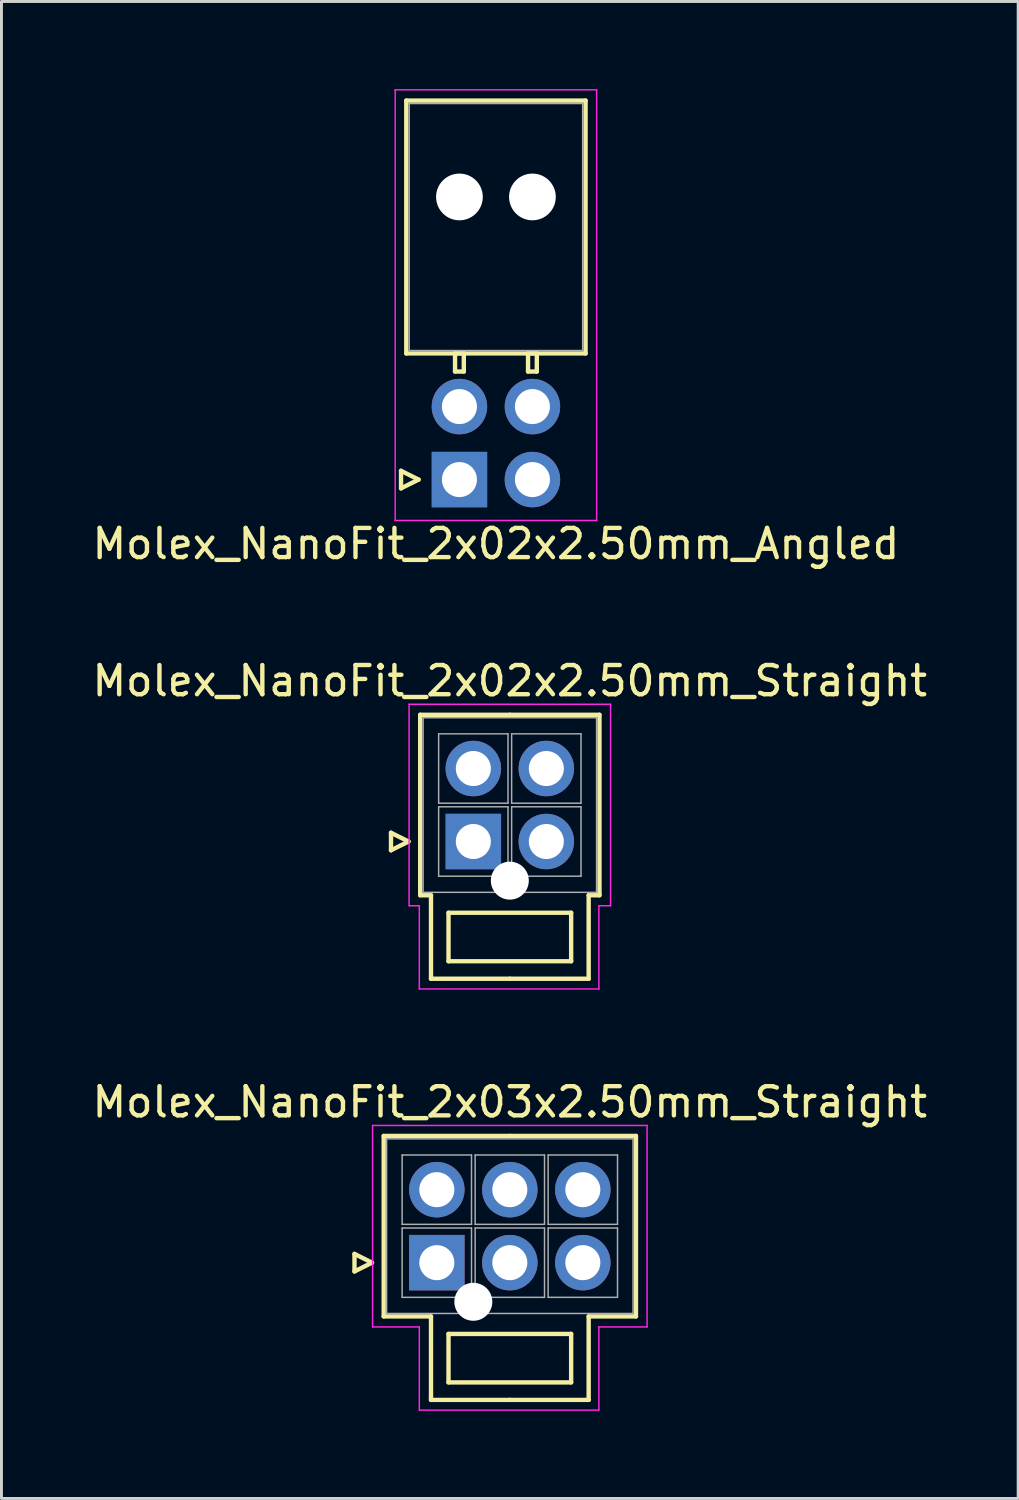
<source format=kicad_pcb>
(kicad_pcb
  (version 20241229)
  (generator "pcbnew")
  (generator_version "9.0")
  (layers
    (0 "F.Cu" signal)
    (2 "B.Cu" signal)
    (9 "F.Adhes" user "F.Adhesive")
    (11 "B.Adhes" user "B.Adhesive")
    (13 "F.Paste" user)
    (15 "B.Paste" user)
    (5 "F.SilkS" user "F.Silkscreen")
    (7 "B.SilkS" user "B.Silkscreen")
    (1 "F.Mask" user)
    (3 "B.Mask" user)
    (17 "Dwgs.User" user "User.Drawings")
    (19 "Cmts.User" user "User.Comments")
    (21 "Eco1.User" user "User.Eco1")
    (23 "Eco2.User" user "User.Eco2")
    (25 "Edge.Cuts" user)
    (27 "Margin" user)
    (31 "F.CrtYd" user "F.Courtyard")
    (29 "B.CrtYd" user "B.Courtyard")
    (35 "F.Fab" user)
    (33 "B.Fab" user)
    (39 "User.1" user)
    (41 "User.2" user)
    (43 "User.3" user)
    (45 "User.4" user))
  (footprint "Molex_NanoFit_2x02x2.50mm_Straight"
    (layer "F.Cu")
    (at 13.161 25.771)
    (property "Reference" "Molex_NanoFit_2x02x2.50mm_Straight" (at 1.25 -5.5 0) (layer "F.SilkS") (effects (font (size 1 1) (thickness 0.15))))
    (attr through_hole)
    (fp_line (start -2.82 -0.3) (end -2.22 0) (stroke (width 0.15) (type solid)) (layer "F.SilkS"))
    (fp_line (start -2.82 0.3) (end -2.82 -0.3) (stroke (width 0.15) (type solid)) (layer "F.SilkS"))
    (fp_line (start -2.22 0) (end -2.82 0.3) (stroke (width 0.15) (type solid)) (layer "F.SilkS"))
    (fp_line (start -1.82 -4.34) (end -1.82 1.84) (stroke (width 0.15) (type solid)) (layer "F.SilkS"))
    (fp_line (start -1.82 1.84) (end -1.45 1.84) (stroke (width 0.15) (type solid)) (layer "F.SilkS"))
    (fp_line (start -1.45 1.84) (end -1.45 4.7) (stroke (width 0.15) (type solid)) (layer "F.SilkS"))
    (fp_line (start -1.45 4.7) (end 1.25 4.7) (stroke (width 0.15) (type solid)) (layer "F.SilkS"))
    (fp_line (start -0.85 2.44) (end -0.85 4.1) (stroke (width 0.15) (type solid)) (layer "F.SilkS"))
    (fp_line (start -0.85 4.1) (end 3.35 4.1) (stroke (width 0.15) (type solid)) (layer "F.SilkS"))
    (fp_line (start 1.25 -4.34) (end -1.82 -4.34) (stroke (width 0.15) (type solid)) (layer "F.SilkS"))
    (fp_line (start 1.25 -4.34) (end 4.32 -4.34) (stroke (width 0.15) (type solid)) (layer "F.SilkS"))
    (fp_line (start 3.35 2.44) (end -0.85 2.44) (stroke (width 0.15) (type solid)) (layer "F.SilkS"))
    (fp_line (start 3.35 4.1) (end 3.35 2.44) (stroke (width 0.15) (type solid)) (layer "F.SilkS"))
    (fp_line (start 3.95 1.84) (end 3.95 4.7) (stroke (width 0.15) (type solid)) (layer "F.SilkS"))
    (fp_line (start 3.95 4.7) (end 1.25 4.7) (stroke (width 0.15) (type solid)) (layer "F.SilkS"))
    (fp_line (start 4.32 -4.34) (end 4.32 1.84) (stroke (width 0.15) (type solid)) (layer "F.SilkS"))
    (fp_line (start 4.32 1.84) (end 3.95 1.84) (stroke (width 0.15) (type solid)) (layer "F.SilkS"))
    (fp_line (start -2.2 -4.7) (end -2.2 2.2) (stroke (width 0.05) (type solid)) (layer "F.CrtYd"))
    (fp_line (start -2.2 2.2) (end -1.85 2.2) (stroke (width 0.05) (type solid)) (layer "F.CrtYd"))
    (fp_line (start -1.85 2.2) (end -1.85 5.05) (stroke (width 0.05) (type solid)) (layer "F.CrtYd"))
    (fp_line (start -1.85 5.05) (end 4.3 5.05) (stroke (width 0.05) (type solid)) (layer "F.CrtYd"))
    (fp_line (start 4.3 2.2) (end 4.7 2.2) (stroke (width 0.05) (type solid)) (layer "F.CrtYd"))
    (fp_line (start 4.3 5.05) (end 4.3 2.2) (stroke (width 0.05) (type solid)) (layer "F.CrtYd"))
    (fp_line (start 4.7 -4.7) (end -2.2 -4.7) (stroke (width 0.05) (type solid)) (layer "F.CrtYd"))
    (fp_line (start 4.7 2.2) (end 4.7 -4.7) (stroke (width 0.05) (type solid)) (layer "F.CrtYd"))
    (fp_line (start -1.72 -4.24) (end -1.72 1.74) (stroke (width 0.05) (type solid)) (layer "F.Fab"))
    (fp_line (start -1.72 1.74) (end 4.22 1.74) (stroke (width 0.05) (type solid)) (layer "F.Fab"))
    (fp_line (start -1.188 -3.688) (end -1.188 -1.312) (stroke (width 0.05) (type solid)) (layer "F.Fab"))
    (fp_line (start -1.188 -1.312) (end 1.188 -1.312) (stroke (width 0.05) (type solid)) (layer "F.Fab"))
    (fp_line (start -1.188 -1.188) (end -1.188 1.188) (stroke (width 0.05) (type solid)) (layer "F.Fab"))
    (fp_line (start -1.188 1.188) (end 1.188 1.188) (stroke (width 0.05) (type solid)) (layer "F.Fab"))
    (fp_line (start 1.188 -3.688) (end -1.188 -3.688) (stroke (width 0.05) (type solid)) (layer "F.Fab"))
    (fp_line (start 1.188 -1.312) (end 1.188 -3.688) (stroke (width 0.05) (type solid)) (layer "F.Fab"))
    (fp_line (start 1.188 -1.188) (end -1.188 -1.188) (stroke (width 0.05) (type solid)) (layer "F.Fab"))
    (fp_line (start 1.188 1.188) (end 1.188 -1.188) (stroke (width 0.05) (type solid)) (layer "F.Fab"))
    (fp_line (start 1.312 -3.688) (end 1.312 -1.312) (stroke (width 0.05) (type solid)) (layer "F.Fab"))
    (fp_line (start 1.312 -1.312) (end 3.688 -1.312) (stroke (width 0.05) (type solid)) (layer "F.Fab"))
    (fp_line (start 1.312 -1.188) (end 1.312 1.188) (stroke (width 0.05) (type solid)) (layer "F.Fab"))
    (fp_line (start 1.312 1.188) (end 3.688 1.188) (stroke (width 0.05) (type solid)) (layer "F.Fab"))
    (fp_line (start 3.688 -3.688) (end 1.312 -3.688) (stroke (width 0.05) (type solid)) (layer "F.Fab"))
    (fp_line (start 3.688 -1.312) (end 3.688 -3.688) (stroke (width 0.05) (type solid)) (layer "F.Fab"))
    (fp_line (start 3.688 -1.188) (end 1.312 -1.188) (stroke (width 0.05) (type solid)) (layer "F.Fab"))
    (fp_line (start 3.688 1.188) (end 3.688 -1.188) (stroke (width 0.05) (type solid)) (layer "F.Fab"))
    (fp_line (start 4.22 -4.24) (end -1.72 -4.24) (stroke (width 0.05) (type solid)) (layer "F.Fab"))
    (fp_line (start 4.22 1.74) (end 4.22 -4.24) (stroke (width 0.05) (type solid)) (layer "F.Fab"))
    (pad "" np_thru_hole circle (at 1.25 1.34) (size 1.3 1.3) (drill 1.3) (layers "*.Cu"))
    (pad "1" thru_hole rect (at 0 0) (size 1.9 1.9) (drill 1.2) (layers "*.Cu" "*.Mask"))
    (pad "2" thru_hole circle (at 2.5 0) (size 1.9 1.9) (drill 1.2) (layers "*.Cu" "*.Mask"))
    (pad "3" thru_hole circle (at 0 -2.5) (size 1.9 1.9) (drill 1.2) (layers "*.Cu" "*.Mask"))
    (pad "4" thru_hole circle (at 2.5 -2.5) (size 1.9 1.9) (drill 1.2) (layers "*.Cu" "*.Mask")))
  (footprint "Molex_NanoFit_2x02x2.50mm_Angled"
    (layer "F.Cu")
    (at 12.685 13.375)
    (property "Reference" "Molex_NanoFit_2x02x2.50mm_Angled" (at 1.25 2.2 0) (layer "F.SilkS") (effects (font (size 1 1) (thickness 0.15))))
    (attr through_hole)
    (fp_line (start -2 -0.3) (end -1.4 0) (stroke (width 0.15) (type solid)) (layer "F.SilkS"))
    (fp_line (start -2 0.3) (end -2 -0.3) (stroke (width 0.15) (type solid)) (layer "F.SilkS"))
    (fp_line (start -1.82 -12.98) (end -1.82 -4.32) (stroke (width 0.15) (type solid)) (layer "F.SilkS"))
    (fp_line (start -1.82 -4.32) (end 4.32 -4.32) (stroke (width 0.15) (type solid)) (layer "F.SilkS"))
    (fp_line (start -1.4 0) (end -2 0.3) (stroke (width 0.15) (type solid)) (layer "F.SilkS"))
    (fp_line (start -0.15 -4.32) (end -0.15 -3.7) (stroke (width 0.15) (type solid)) (layer "F.SilkS"))
    (fp_line (start -0.15 -3.7) (end 0.15 -3.7) (stroke (width 0.15) (type solid)) (layer "F.SilkS"))
    (fp_line (start 0.15 -4.32) (end -0.15 -4.32) (stroke (width 0.15) (type solid)) (layer "F.SilkS"))
    (fp_line (start 0.15 -3.7) (end 0.15 -4.32) (stroke (width 0.15) (type solid)) (layer "F.SilkS"))
    (fp_line (start 2.35 -4.32) (end 2.35 -3.7) (stroke (width 0.15) (type solid)) (layer "F.SilkS"))
    (fp_line (start 2.35 -3.7) (end 2.65 -3.7) (stroke (width 0.15) (type solid)) (layer "F.SilkS"))
    (fp_line (start 2.65 -4.32) (end 2.35 -4.32) (stroke (width 0.15) (type solid)) (layer "F.SilkS"))
    (fp_line (start 2.65 -3.7) (end 2.65 -4.32) (stroke (width 0.15) (type solid)) (layer "F.SilkS"))
    (fp_line (start 4.32 -12.98) (end -1.82 -12.98) (stroke (width 0.15) (type solid)) (layer "F.SilkS"))
    (fp_line (start 4.32 -4.32) (end 4.32 -12.98) (stroke (width 0.15) (type solid)) (layer "F.SilkS"))
    (fp_line (start -2.2 -13.35) (end -2.2 1.4) (stroke (width 0.05) (type solid)) (layer "F.CrtYd"))
    (fp_line (start -2.2 1.4) (end 4.7 1.4) (stroke (width 0.05) (type solid)) (layer "F.CrtYd"))
    (fp_line (start 4.7 -13.35) (end -2.2 -13.35) (stroke (width 0.05) (type solid)) (layer "F.CrtYd"))
    (fp_line (start 4.7 1.4) (end 4.7 -13.35) (stroke (width 0.05) (type solid)) (layer "F.CrtYd"))
    (fp_line (start -1.72 -12.88) (end -1.72 -4.42) (stroke (width 0.05) (type solid)) (layer "F.Fab"))
    (fp_line (start -1.72 -4.42) (end 4.22 -4.42) (stroke (width 0.05) (type solid)) (layer "F.Fab"))
    (fp_line (start 4.22 -12.88) (end -1.72 -12.88) (stroke (width 0.05) (type solid)) (layer "F.Fab"))
    (fp_line (start 4.22 -4.42) (end 4.22 -12.88) (stroke (width 0.05) (type solid)) (layer "F.Fab"))
    (pad "" np_thru_hole circle (at 0 -9.68) (size 1.6 1.6) (drill 1.6) (layers "*.Cu"))
    (pad "" np_thru_hole circle (at 2.5 -9.68) (size 1.6 1.6) (drill 1.6) (layers "*.Cu"))
    (pad "1" thru_hole rect (at 0 0) (size 1.9 1.9) (drill 1.2) (layers "*.Cu" "*.Mask"))
    (pad "2" thru_hole circle (at 2.5 0) (size 1.9 1.9) (drill 1.2) (layers "*.Cu" "*.Mask"))
    (pad "3" thru_hole circle (at 0 -2.5) (size 1.9 1.9) (drill 1.2) (layers "*.Cu" "*.Mask"))
    (pad "4" thru_hole circle (at 2.5 -2.5) (size 1.9 1.9) (drill 1.2) (layers "*.Cu" "*.Mask")))
  (footprint "Molex_NanoFit_2x03x2.50mm_Straight"
    (layer "F.Cu")
    (at 11.911 40.195)
    (property "Reference" "Molex_NanoFit_2x03x2.50mm_Straight" (at 2.5 -5.5 0) (layer "F.SilkS") (effects (font (size 1 1) (thickness 0.15))))
    (attr through_hole)
    (fp_line (start -2.82 -0.3) (end -2.22 0) (stroke (width 0.15) (type solid)) (layer "F.SilkS"))
    (fp_line (start -2.82 0.3) (end -2.82 -0.3) (stroke (width 0.15) (type solid)) (layer "F.SilkS"))
    (fp_line (start -2.22 0) (end -2.82 0.3) (stroke (width 0.15) (type solid)) (layer "F.SilkS"))
    (fp_line (start -1.82 -4.34) (end -1.82 1.84) (stroke (width 0.15) (type solid)) (layer "F.SilkS"))
    (fp_line (start -1.82 1.84) (end -0.2 1.84) (stroke (width 0.15) (type solid)) (layer "F.SilkS"))
    (fp_line (start -0.2 1.84) (end -0.2 4.7) (stroke (width 0.15) (type solid)) (layer "F.SilkS"))
    (fp_line (start -0.2 4.7) (end 2.5 4.7) (stroke (width 0.15) (type solid)) (layer "F.SilkS"))
    (fp_line (start 0.4 2.44) (end 0.4 4.1) (stroke (width 0.15) (type solid)) (layer "F.SilkS"))
    (fp_line (start 0.4 4.1) (end 4.6 4.1) (stroke (width 0.15) (type solid)) (layer "F.SilkS"))
    (fp_line (start 2.5 -4.34) (end -1.82 -4.34) (stroke (width 0.15) (type solid)) (layer "F.SilkS"))
    (fp_line (start 2.5 -4.34) (end 6.82 -4.34) (stroke (width 0.15) (type solid)) (layer "F.SilkS"))
    (fp_line (start 4.6 2.44) (end 0.4 2.44) (stroke (width 0.15) (type solid)) (layer "F.SilkS"))
    (fp_line (start 4.6 4.1) (end 4.6 2.44) (stroke (width 0.15) (type solid)) (layer "F.SilkS"))
    (fp_line (start 5.2 1.84) (end 5.2 4.7) (stroke (width 0.15) (type solid)) (layer "F.SilkS"))
    (fp_line (start 5.2 4.7) (end 2.5 4.7) (stroke (width 0.15) (type solid)) (layer "F.SilkS"))
    (fp_line (start 6.82 -4.34) (end 6.82 1.84) (stroke (width 0.15) (type solid)) (layer "F.SilkS"))
    (fp_line (start 6.82 1.84) (end 5.2 1.84) (stroke (width 0.15) (type solid)) (layer "F.SilkS"))
    (fp_line (start -2.2 -4.7) (end -2.2 2.2) (stroke (width 0.05) (type solid)) (layer "F.CrtYd"))
    (fp_line (start -2.2 2.2) (end -0.6 2.2) (stroke (width 0.05) (type solid)) (layer "F.CrtYd"))
    (fp_line (start -0.6 2.2) (end -0.6 5.05) (stroke (width 0.05) (type solid)) (layer "F.CrtYd"))
    (fp_line (start -0.6 5.05) (end 5.55 5.05) (stroke (width 0.05) (type solid)) (layer "F.CrtYd"))
    (fp_line (start 5.55 2.2) (end 7.2 2.2) (stroke (width 0.05) (type solid)) (layer "F.CrtYd"))
    (fp_line (start 5.55 5.05) (end 5.55 2.2) (stroke (width 0.05) (type solid)) (layer "F.CrtYd"))
    (fp_line (start 7.2 -4.7) (end -2.2 -4.7) (stroke (width 0.05) (type solid)) (layer "F.CrtYd"))
    (fp_line (start 7.2 2.2) (end 7.2 -4.7) (stroke (width 0.05) (type solid)) (layer "F.CrtYd"))
    (fp_line (start -1.72 -4.24) (end -1.72 1.74) (stroke (width 0.05) (type solid)) (layer "F.Fab"))
    (fp_line (start -1.72 1.74) (end 6.72 1.74) (stroke (width 0.05) (type solid)) (layer "F.Fab"))
    (fp_line (start -1.188 -3.688) (end -1.188 -1.312) (stroke (width 0.05) (type solid)) (layer "F.Fab"))
    (fp_line (start -1.188 -1.312) (end 1.188 -1.312) (stroke (width 0.05) (type solid)) (layer "F.Fab"))
    (fp_line (start -1.188 -1.188) (end -1.188 1.188) (stroke (width 0.05) (type solid)) (layer "F.Fab"))
    (fp_line (start -1.188 1.188) (end 1.188 1.188) (stroke (width 0.05) (type solid)) (layer "F.Fab"))
    (fp_line (start 1.188 -3.688) (end -1.188 -3.688) (stroke (width 0.05) (type solid)) (layer "F.Fab"))
    (fp_line (start 1.188 -1.312) (end 1.188 -3.688) (stroke (width 0.05) (type solid)) (layer "F.Fab"))
    (fp_line (start 1.188 -1.188) (end -1.188 -1.188) (stroke (width 0.05) (type solid)) (layer "F.Fab"))
    (fp_line (start 1.188 1.188) (end 1.188 -1.188) (stroke (width 0.05) (type solid)) (layer "F.Fab"))
    (fp_line (start 1.312 -3.688) (end 1.312 -1.312) (stroke (width 0.05) (type solid)) (layer "F.Fab"))
    (fp_line (start 1.312 -1.312) (end 3.688 -1.312) (stroke (width 0.05) (type solid)) (layer "F.Fab"))
    (fp_line (start 1.312 -1.188) (end 1.312 1.188) (stroke (width 0.05) (type solid)) (layer "F.Fab"))
    (fp_line (start 1.312 1.188) (end 3.688 1.188) (stroke (width 0.05) (type solid)) (layer "F.Fab"))
    (fp_line (start 3.688 -3.688) (end 1.312 -3.688) (stroke (width 0.05) (type solid)) (layer "F.Fab"))
    (fp_line (start 3.688 -1.312) (end 3.688 -3.688) (stroke (width 0.05) (type solid)) (layer "F.Fab"))
    (fp_line (start 3.688 -1.188) (end 1.312 -1.188) (stroke (width 0.05) (type solid)) (layer "F.Fab"))
    (fp_line (start 3.688 1.188) (end 3.688 -1.188) (stroke (width 0.05) (type solid)) (layer "F.Fab"))
    (fp_line (start 3.812 -3.688) (end 3.812 -1.312) (stroke (width 0.05) (type solid)) (layer "F.Fab"))
    (fp_line (start 3.812 -1.312) (end 6.188 -1.312) (stroke (width 0.05) (type solid)) (layer "F.Fab"))
    (fp_line (start 3.812 -1.188) (end 3.812 1.188) (stroke (width 0.05) (type solid)) (layer "F.Fab"))
    (fp_line (start 3.812 1.188) (end 6.188 1.188) (stroke (width 0.05) (type solid)) (layer "F.Fab"))
    (fp_line (start 6.188 -3.688) (end 3.812 -3.688) (stroke (width 0.05) (type solid)) (layer "F.Fab"))
    (fp_line (start 6.188 -1.312) (end 6.188 -3.688) (stroke (width 0.05) (type solid)) (layer "F.Fab"))
    (fp_line (start 6.188 -1.188) (end 3.812 -1.188) (stroke (width 0.05) (type solid)) (layer "F.Fab"))
    (fp_line (start 6.188 1.188) (end 6.188 -1.188) (stroke (width 0.05) (type solid)) (layer "F.Fab"))
    (fp_line (start 6.72 -4.24) (end -1.72 -4.24) (stroke (width 0.05) (type solid)) (layer "F.Fab"))
    (fp_line (start 6.72 1.74) (end 6.72 -4.24) (stroke (width 0.05) (type solid)) (layer "F.Fab"))
    (pad "" np_thru_hole circle (at 1.25 1.34) (size 1.3 1.3) (drill 1.3) (layers "*.Cu"))
    (pad "1" thru_hole rect (at 0 0) (size 1.9 1.9) (drill 1.2) (layers "*.Cu" "*.Mask"))
    (pad "2" thru_hole circle (at 2.5 0) (size 1.9 1.9) (drill 1.2) (layers "*.Cu" "*.Mask"))
    (pad "3" thru_hole circle (at 5 0) (size 1.9 1.9) (drill 1.2) (layers "*.Cu" "*.Mask"))
    (pad "4" thru_hole circle (at 0 -2.5) (size 1.9 1.9) (drill 1.2) (layers "*.Cu" "*.Mask"))
    (pad "5" thru_hole circle (at 2.5 -2.5) (size 1.9 1.9) (drill 1.2) (layers "*.Cu" "*.Mask"))
    (pad "6" thru_hole circle (at 5 -2.5) (size 1.9 1.9) (drill 1.2) (layers "*.Cu" "*.Mask")))
  (gr_rect
    (start -3 -3)
    (end 31.821 48.27)
    (stroke (width 0.1) (type default))
    (fill no)
    (layer "Edge.Cuts")))
</source>
